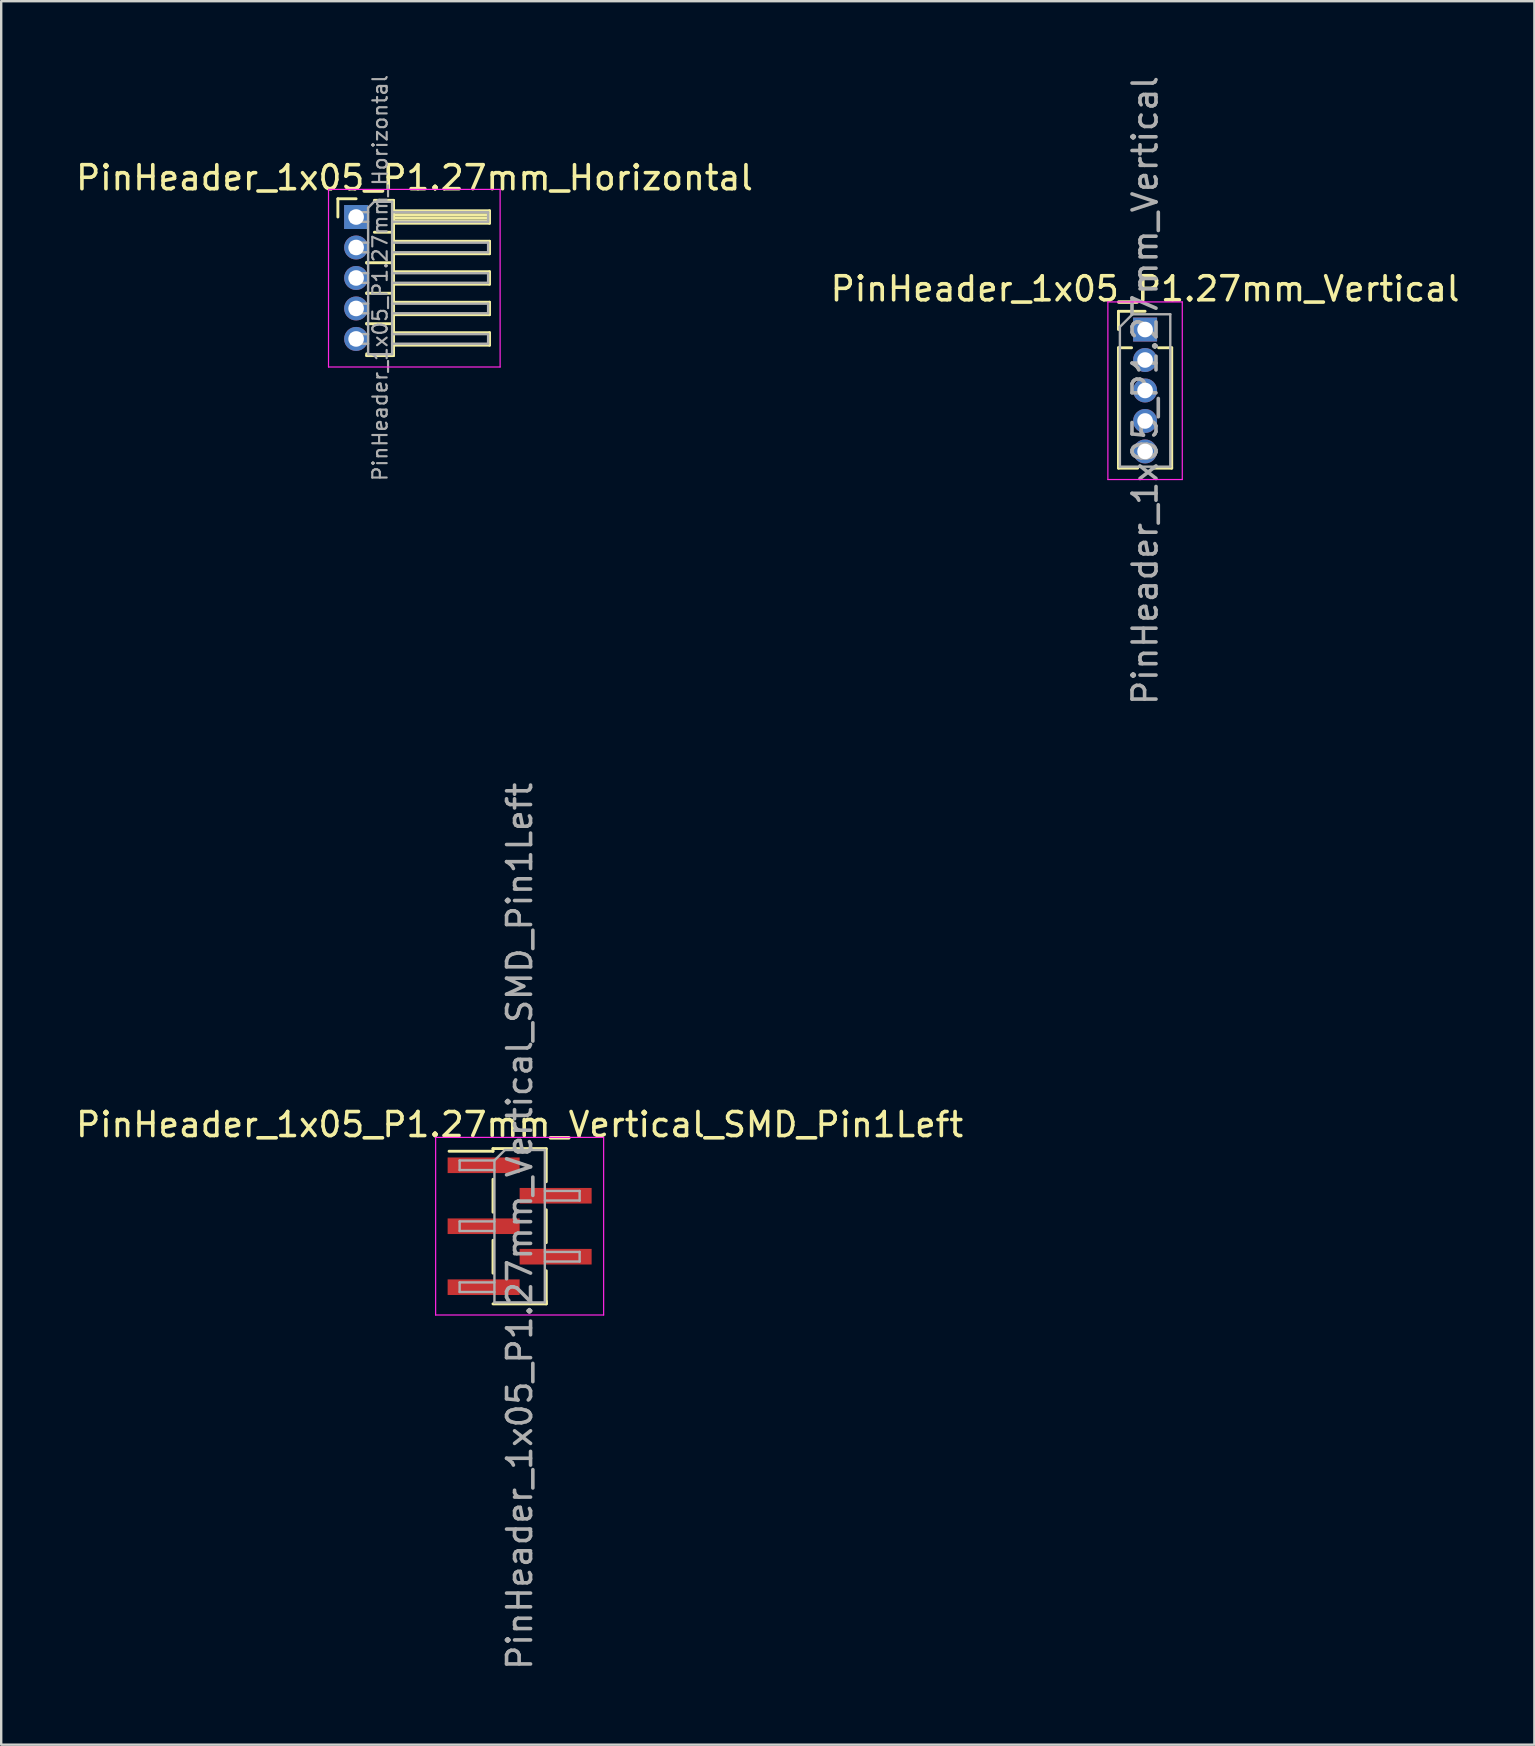
<source format=kicad_pcb>
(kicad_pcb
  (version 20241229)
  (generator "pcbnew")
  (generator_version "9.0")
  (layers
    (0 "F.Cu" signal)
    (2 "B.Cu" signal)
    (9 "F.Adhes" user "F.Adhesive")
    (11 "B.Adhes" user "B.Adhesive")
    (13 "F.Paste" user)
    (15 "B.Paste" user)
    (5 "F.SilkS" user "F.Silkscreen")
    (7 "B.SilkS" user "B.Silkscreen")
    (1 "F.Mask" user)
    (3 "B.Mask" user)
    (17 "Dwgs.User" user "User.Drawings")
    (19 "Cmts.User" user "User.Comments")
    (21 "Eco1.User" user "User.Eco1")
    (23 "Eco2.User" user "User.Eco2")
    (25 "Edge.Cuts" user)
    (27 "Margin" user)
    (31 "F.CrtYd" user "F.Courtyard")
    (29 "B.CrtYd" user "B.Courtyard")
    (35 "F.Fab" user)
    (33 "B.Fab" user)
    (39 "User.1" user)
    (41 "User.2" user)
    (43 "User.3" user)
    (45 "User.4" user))
  (footprint "PinHeader_1x05_P1.27mm_Vertical"
    (layer "F.Cu")
    (at 44.661 10.68)
    (property "Reference" "PinHeader_1x05_P1.27mm_Vertical" (at 0 -1.695 0) (layer "F.SilkS") (effects (font (size 1 1) (thickness 0.15))))
    (attr through_hole)
    (fp_line (start -1.11 -0.76) (end 0 -0.76) (stroke (width 0.12) (type solid)) (layer "F.SilkS"))
    (fp_line (start -1.11 0) (end -1.11 -0.76) (stroke (width 0.12) (type solid)) (layer "F.SilkS"))
    (fp_line (start -1.11 0.76) (end -1.11 5.775) (stroke (width 0.12) (type solid)) (layer "F.SilkS"))
    (fp_line (start -1.11 0.76) (end -0.563 0.76) (stroke (width 0.12) (type solid)) (layer "F.SilkS"))
    (fp_line (start -1.11 5.775) (end -0.308 5.775) (stroke (width 0.12) (type solid)) (layer "F.SilkS"))
    (fp_line (start 0.308 5.775) (end 1.11 5.775) (stroke (width 0.12) (type solid)) (layer "F.SilkS"))
    (fp_line (start 0.563 0.76) (end 1.11 0.76) (stroke (width 0.12) (type solid)) (layer "F.SilkS"))
    (fp_line (start 1.11 0.76) (end 1.11 5.775) (stroke (width 0.12) (type solid)) (layer "F.SilkS"))
    (fp_line (start -1.55 -1.15) (end -1.55 6.25) (stroke (width 0.05) (type solid)) (layer "F.CrtYd"))
    (fp_line (start -1.55 6.25) (end 1.55 6.25) (stroke (width 0.05) (type solid)) (layer "F.CrtYd"))
    (fp_line (start 1.55 -1.15) (end -1.55 -1.15) (stroke (width 0.05) (type solid)) (layer "F.CrtYd"))
    (fp_line (start 1.55 6.25) (end 1.55 -1.15) (stroke (width 0.05) (type solid)) (layer "F.CrtYd"))
    (fp_line (start -1.05 -0.11) (end -0.525 -0.635) (stroke (width 0.1) (type solid)) (layer "F.Fab"))
    (fp_line (start -1.05 5.715) (end -1.05 -0.11) (stroke (width 0.1) (type solid)) (layer "F.Fab"))
    (fp_line (start -0.525 -0.635) (end 1.05 -0.635) (stroke (width 0.1) (type solid)) (layer "F.Fab"))
    (fp_line (start 1.05 -0.635) (end 1.05 5.715) (stroke (width 0.1) (type solid)) (layer "F.Fab"))
    (fp_line (start 1.05 5.715) (end -1.05 5.715) (stroke (width 0.1) (type solid)) (layer "F.Fab"))
    (fp_text user "${REFERENCE}" (at 0 2.54 90) (layer "F.Fab") (effects (font (size 1 1) (thickness 0.15))))
    (pad "1" thru_hole rect (at 0 0) (size 1 1) (drill 0.65) (layers "*.Cu" "*.Mask"))
    (pad "2" thru_hole oval (at 0 1.27) (size 1 1) (drill 0.65) (layers "*.Cu" "*.Mask"))
    (pad "3" thru_hole oval (at 0 2.54) (size 1 1) (drill 0.65) (layers "*.Cu" "*.Mask"))
    (pad "4" thru_hole oval (at 0 3.81) (size 1 1) (drill 0.65) (layers "*.Cu" "*.Mask"))
    (pad "5" thru_hole oval (at 0 5.08) (size 1 1) (drill 0.65) (layers "*.Cu" "*.Mask")))
  (footprint "PinHeader_1x05_P1.27mm_Vertical_SMD_Pin1Left"
    (layer "F.Cu")
    (at 18.601 48.042)
    (property "Reference" "PinHeader_1x05_P1.27mm_Vertical_SMD_Pin1Left" (at 0 -4.235 0) (layer "F.SilkS") (effects (font (size 1 1) (thickness 0.15))))
    (attr smd)
    (fp_line (start -1.11 -3.235) (end -1.11 -3.125) (stroke (width 0.12) (type solid)) (layer "F.SilkS"))
    (fp_line (start -1.11 -3.235) (end 1.11 -3.235) (stroke (width 0.12) (type solid)) (layer "F.SilkS"))
    (fp_line (start -1.11 -3.125) (end -2.94 -3.125) (stroke (width 0.12) (type solid)) (layer "F.SilkS"))
    (fp_line (start -1.11 -1.955) (end -1.11 -0.585) (stroke (width 0.12) (type solid)) (layer "F.SilkS"))
    (fp_line (start -1.11 0.585) (end -1.11 1.955) (stroke (width 0.12) (type solid)) (layer "F.SilkS"))
    (fp_line (start -1.11 3.235) (end 1.11 3.235) (stroke (width 0.12) (type solid)) (layer "F.SilkS"))
    (fp_line (start 1.11 -3.225) (end 1.11 -1.855) (stroke (width 0.12) (type solid)) (layer "F.SilkS"))
    (fp_line (start 1.11 -0.685) (end 1.11 0.685) (stroke (width 0.12) (type solid)) (layer "F.SilkS"))
    (fp_line (start 1.11 1.855) (end 1.11 3.225) (stroke (width 0.12) (type solid)) (layer "F.SilkS"))
    (fp_line (start 1.11 3.125) (end 1.11 3.235) (stroke (width 0.12) (type solid)) (layer "F.SilkS"))
    (fp_line (start -3.5 -3.7) (end -3.5 3.7) (stroke (width 0.05) (type solid)) (layer "F.CrtYd"))
    (fp_line (start -3.5 3.7) (end 3.5 3.7) (stroke (width 0.05) (type solid)) (layer "F.CrtYd"))
    (fp_line (start 3.5 -3.7) (end -3.5 -3.7) (stroke (width 0.05) (type solid)) (layer "F.CrtYd"))
    (fp_line (start 3.5 3.7) (end 3.5 -3.7) (stroke (width 0.05) (type solid)) (layer "F.CrtYd"))
    (fp_line (start -2.5 -2.74) (end -2.5 -2.34) (stroke (width 0.1) (type solid)) (layer "F.Fab"))
    (fp_line (start -2.5 -2.34) (end -1.05 -2.34) (stroke (width 0.1) (type solid)) (layer "F.Fab"))
    (fp_line (start -2.5 -0.2) (end -2.5 0.2) (stroke (width 0.1) (type solid)) (layer "F.Fab"))
    (fp_line (start -2.5 0.2) (end -1.05 0.2) (stroke (width 0.1) (type solid)) (layer "F.Fab"))
    (fp_line (start -2.5 2.34) (end -2.5 2.74) (stroke (width 0.1) (type solid)) (layer "F.Fab"))
    (fp_line (start -2.5 2.74) (end -1.05 2.74) (stroke (width 0.1) (type solid)) (layer "F.Fab"))
    (fp_line (start -1.05 -2.74) (end -2.5 -2.74) (stroke (width 0.1) (type solid)) (layer "F.Fab"))
    (fp_line (start -1.05 -2.74) (end -0.615 -3.175) (stroke (width 0.1) (type solid)) (layer "F.Fab"))
    (fp_line (start -1.05 -0.2) (end -2.5 -0.2) (stroke (width 0.1) (type solid)) (layer "F.Fab"))
    (fp_line (start -1.05 2.34) (end -2.5 2.34) (stroke (width 0.1) (type solid)) (layer "F.Fab"))
    (fp_line (start -1.05 3.175) (end -1.05 -2.74) (stroke (width 0.1) (type solid)) (layer "F.Fab"))
    (fp_line (start -0.615 -3.175) (end 1.05 -3.175) (stroke (width 0.1) (type solid)) (layer "F.Fab"))
    (fp_line (start 1.05 -3.175) (end 1.05 3.175) (stroke (width 0.1) (type solid)) (layer "F.Fab"))
    (fp_line (start 1.05 -1.47) (end 2.5 -1.47) (stroke (width 0.1) (type solid)) (layer "F.Fab"))
    (fp_line (start 1.05 1.07) (end 2.5 1.07) (stroke (width 0.1) (type solid)) (layer "F.Fab"))
    (fp_line (start 1.05 3.175) (end -1.05 3.175) (stroke (width 0.1) (type solid)) (layer "F.Fab"))
    (fp_line (start 2.5 -1.47) (end 2.5 -1.07) (stroke (width 0.1) (type solid)) (layer "F.Fab"))
    (fp_line (start 2.5 -1.07) (end 1.05 -1.07) (stroke (width 0.1) (type solid)) (layer "F.Fab"))
    (fp_line (start 2.5 1.07) (end 2.5 1.47) (stroke (width 0.1) (type solid)) (layer "F.Fab"))
    (fp_line (start 2.5 1.47) (end 1.05 1.47) (stroke (width 0.1) (type solid)) (layer "F.Fab"))
    (fp_text user "${REFERENCE}" (at 0 0 90) (layer "F.Fab") (effects (font (size 1 1) (thickness 0.15))))
    (pad "1" smd rect (at -1.5 -2.54) (size 3 0.65) (layers "F.Cu" "F.Mask" "F.Paste"))
    (pad "2" smd rect (at 1.5 -1.27) (size 3 0.65) (layers "F.Cu" "F.Mask" "F.Paste"))
    (pad "3" smd rect (at -1.5 0) (size 3 0.65) (layers "F.Cu" "F.Mask" "F.Paste"))
    (pad "4" smd rect (at 1.5 1.27) (size 3 0.65) (layers "F.Cu" "F.Mask" "F.Paste"))
    (pad "5" smd rect (at -1.5 2.54) (size 3 0.65) (layers "F.Cu" "F.Mask" "F.Paste")))
  (footprint "PinHeader_1x05_P1.27mm_Horizontal"
    (layer "F.Cu")
    (at 11.788 5.992)
    (property "Reference" "PinHeader_1x05_P1.27mm_Horizontal" (at 2.433 -1.635 0) (layer "F.SilkS") (effects (font (size 1 1) (thickness 0.15))))
    (attr through_hole)
    (fp_line (start -0.76 -0.76) (end 0 -0.76) (stroke (width 0.12) (type solid)) (layer "F.SilkS"))
    (fp_line (start -0.76 0) (end -0.76 -0.76) (stroke (width 0.12) (type solid)) (layer "F.SilkS"))
    (fp_line (start 0.44 1.89) (end 0.44 1.92) (stroke (width 0.12) (type solid)) (layer "F.SilkS"))
    (fp_line (start 0.44 1.905) (end 1.56 1.905) (stroke (width 0.12) (type solid)) (layer "F.SilkS"))
    (fp_line (start 0.44 3.16) (end 0.44 3.19) (stroke (width 0.12) (type solid)) (layer "F.SilkS"))
    (fp_line (start 0.44 3.175) (end 1.56 3.175) (stroke (width 0.12) (type solid)) (layer "F.SilkS"))
    (fp_line (start 0.44 4.43) (end 0.44 4.46) (stroke (width 0.12) (type solid)) (layer "F.SilkS"))
    (fp_line (start 0.44 4.445) (end 1.56 4.445) (stroke (width 0.12) (type solid)) (layer "F.SilkS"))
    (fp_line (start 0.44 5.775) (end 0.44 5.7) (stroke (width 0.12) (type solid)) (layer "F.SilkS"))
    (fp_line (start 0.76 -0.695) (end 1.56 -0.695) (stroke (width 0.12) (type solid)) (layer "F.SilkS"))
    (fp_line (start 0.76 0.635) (end 1.56 0.635) (stroke (width 0.12) (type solid)) (layer "F.SilkS"))
    (fp_line (start 1.56 -0.695) (end 1.56 5.775) (stroke (width 0.12) (type solid)) (layer "F.SilkS"))
    (fp_line (start 1.56 -0.26) (end 5.56 -0.26) (stroke (width 0.12) (type solid)) (layer "F.SilkS"))
    (fp_line (start 1.56 -0.2) (end 5.56 -0.2) (stroke (width 0.12) (type solid)) (layer "F.SilkS"))
    (fp_line (start 1.56 -0.08) (end 5.56 -0.08) (stroke (width 0.12) (type solid)) (layer "F.SilkS"))
    (fp_line (start 1.56 0.04) (end 5.56 0.04) (stroke (width 0.12) (type solid)) (layer "F.SilkS"))
    (fp_line (start 1.56 0.16) (end 5.56 0.16) (stroke (width 0.12) (type solid)) (layer "F.SilkS"))
    (fp_line (start 1.56 1.01) (end 5.56 1.01) (stroke (width 0.12) (type solid)) (layer "F.SilkS"))
    (fp_line (start 1.56 2.28) (end 5.56 2.28) (stroke (width 0.12) (type solid)) (layer "F.SilkS"))
    (fp_line (start 1.56 3.55) (end 5.56 3.55) (stroke (width 0.12) (type solid)) (layer "F.SilkS"))
    (fp_line (start 1.56 4.82) (end 5.56 4.82) (stroke (width 0.12) (type solid)) (layer "F.SilkS"))
    (fp_line (start 1.56 5.775) (end 0.44 5.775) (stroke (width 0.12) (type solid)) (layer "F.SilkS"))
    (fp_line (start 5.56 -0.26) (end 5.56 0.26) (stroke (width 0.12) (type solid)) (layer "F.SilkS"))
    (fp_line (start 5.56 0.26) (end 1.56 0.26) (stroke (width 0.12) (type solid)) (layer "F.SilkS"))
    (fp_line (start 5.56 1.01) (end 5.56 1.53) (stroke (width 0.12) (type solid)) (layer "F.SilkS"))
    (fp_line (start 5.56 1.53) (end 1.56 1.53) (stroke (width 0.12) (type solid)) (layer "F.SilkS"))
    (fp_line (start 5.56 2.28) (end 5.56 2.8) (stroke (width 0.12) (type solid)) (layer "F.SilkS"))
    (fp_line (start 5.56 2.8) (end 1.56 2.8) (stroke (width 0.12) (type solid)) (layer "F.SilkS"))
    (fp_line (start 5.56 3.55) (end 5.56 4.07) (stroke (width 0.12) (type solid)) (layer "F.SilkS"))
    (fp_line (start 5.56 4.07) (end 1.56 4.07) (stroke (width 0.12) (type solid)) (layer "F.SilkS"))
    (fp_line (start 5.56 4.82) (end 5.56 5.34) (stroke (width 0.12) (type solid)) (layer "F.SilkS"))
    (fp_line (start 5.56 5.34) (end 1.56 5.34) (stroke (width 0.12) (type solid)) (layer "F.SilkS"))
    (fp_line (start -1.15 -1.15) (end -1.15 6.25) (stroke (width 0.05) (type solid)) (layer "F.CrtYd"))
    (fp_line (start -1.15 6.25) (end 6 6.25) (stroke (width 0.05) (type solid)) (layer "F.CrtYd"))
    (fp_line (start 6 -1.15) (end -1.15 -1.15) (stroke (width 0.05) (type solid)) (layer "F.CrtYd"))
    (fp_line (start 6 6.25) (end 6 -1.15) (stroke (width 0.05) (type solid)) (layer "F.CrtYd"))
    (fp_line (start -0.2 -0.2) (end -0.2 0.2) (stroke (width 0.1) (type solid)) (layer "F.Fab"))
    (fp_line (start -0.2 -0.2) (end 0.5 -0.2) (stroke (width 0.1) (type solid)) (layer "F.Fab"))
    (fp_line (start -0.2 0.2) (end 0.5 0.2) (stroke (width 0.1) (type solid)) (layer "F.Fab"))
    (fp_line (start -0.2 1.07) (end -0.2 1.47) (stroke (width 0.1) (type solid)) (layer "F.Fab"))
    (fp_line (start -0.2 1.07) (end 0.5 1.07) (stroke (width 0.1) (type solid)) (layer "F.Fab"))
    (fp_line (start -0.2 1.47) (end 0.5 1.47) (stroke (width 0.1) (type solid)) (layer "F.Fab"))
    (fp_line (start -0.2 2.34) (end -0.2 2.74) (stroke (width 0.1) (type solid)) (layer "F.Fab"))
    (fp_line (start -0.2 2.34) (end 0.5 2.34) (stroke (width 0.1) (type solid)) (layer "F.Fab"))
    (fp_line (start -0.2 2.74) (end 0.5 2.74) (stroke (width 0.1) (type solid)) (layer "F.Fab"))
    (fp_line (start -0.2 3.61) (end -0.2 4.01) (stroke (width 0.1) (type solid)) (layer "F.Fab"))
    (fp_line (start -0.2 3.61) (end 0.5 3.61) (stroke (width 0.1) (type solid)) (layer "F.Fab"))
    (fp_line (start -0.2 4.01) (end 0.5 4.01) (stroke (width 0.1) (type solid)) (layer "F.Fab"))
    (fp_line (start -0.2 4.88) (end -0.2 5.28) (stroke (width 0.1) (type solid)) (layer "F.Fab"))
    (fp_line (start -0.2 4.88) (end 0.5 4.88) (stroke (width 0.1) (type solid)) (layer "F.Fab"))
    (fp_line (start -0.2 5.28) (end 0.5 5.28) (stroke (width 0.1) (type solid)) (layer "F.Fab"))
    (fp_line (start 0.5 -0.385) (end 0.75 -0.635) (stroke (width 0.1) (type solid)) (layer "F.Fab"))
    (fp_line (start 0.5 5.715) (end 0.5 -0.385) (stroke (width 0.1) (type solid)) (layer "F.Fab"))
    (fp_line (start 0.75 -0.635) (end 1.5 -0.635) (stroke (width 0.1) (type solid)) (layer "F.Fab"))
    (fp_line (start 1.5 -0.635) (end 1.5 5.715) (stroke (width 0.1) (type solid)) (layer "F.Fab"))
    (fp_line (start 1.5 -0.2) (end 5.5 -0.2) (stroke (width 0.1) (type solid)) (layer "F.Fab"))
    (fp_line (start 1.5 0.2) (end 5.5 0.2) (stroke (width 0.1) (type solid)) (layer "F.Fab"))
    (fp_line (start 1.5 1.07) (end 5.5 1.07) (stroke (width 0.1) (type solid)) (layer "F.Fab"))
    (fp_line (start 1.5 1.47) (end 5.5 1.47) (stroke (width 0.1) (type solid)) (layer "F.Fab"))
    (fp_line (start 1.5 2.34) (end 5.5 2.34) (stroke (width 0.1) (type solid)) (layer "F.Fab"))
    (fp_line (start 1.5 2.74) (end 5.5 2.74) (stroke (width 0.1) (type solid)) (layer "F.Fab"))
    (fp_line (start 1.5 3.61) (end 5.5 3.61) (stroke (width 0.1) (type solid)) (layer "F.Fab"))
    (fp_line (start 1.5 4.01) (end 5.5 4.01) (stroke (width 0.1) (type solid)) (layer "F.Fab"))
    (fp_line (start 1.5 4.88) (end 5.5 4.88) (stroke (width 0.1) (type solid)) (layer "F.Fab"))
    (fp_line (start 1.5 5.28) (end 5.5 5.28) (stroke (width 0.1) (type solid)) (layer "F.Fab"))
    (fp_line (start 1.5 5.715) (end 0.5 5.715) (stroke (width 0.1) (type solid)) (layer "F.Fab"))
    (fp_line (start 5.5 -0.2) (end 5.5 0.2) (stroke (width 0.1) (type solid)) (layer "F.Fab"))
    (fp_line (start 5.5 1.07) (end 5.5 1.47) (stroke (width 0.1) (type solid)) (layer "F.Fab"))
    (fp_line (start 5.5 2.34) (end 5.5 2.74) (stroke (width 0.1) (type solid)) (layer "F.Fab"))
    (fp_line (start 5.5 3.61) (end 5.5 4.01) (stroke (width 0.1) (type solid)) (layer "F.Fab"))
    (fp_line (start 5.5 4.88) (end 5.5 5.28) (stroke (width 0.1) (type solid)) (layer "F.Fab"))
    (fp_text user "${REFERENCE}" (at 1 2.54 90) (layer "F.Fab") (effects (font (size 0.6 0.6) (thickness 0.09))))
    (pad "1" thru_hole rect (at 0 0) (size 1 1) (drill 0.65) (layers "*.Cu" "*.Mask"))
    (pad "2" thru_hole oval (at 0 1.27) (size 1 1) (drill 0.65) (layers "*.Cu" "*.Mask"))
    (pad "3" thru_hole oval (at 0 2.54) (size 1 1) (drill 0.65) (layers "*.Cu" "*.Mask"))
    (pad "4" thru_hole oval (at 0 3.81) (size 1 1) (drill 0.65) (layers "*.Cu" "*.Mask"))
    (pad "5" thru_hole oval (at 0 5.08) (size 1 1) (drill 0.65) (layers "*.Cu" "*.Mask")))
  (gr_rect
    (start -3 -3)
    (end 60.881 69.643)
    (stroke (width 0.1) (type default))
    (fill no)
    (layer "Edge.Cuts")))
</source>
